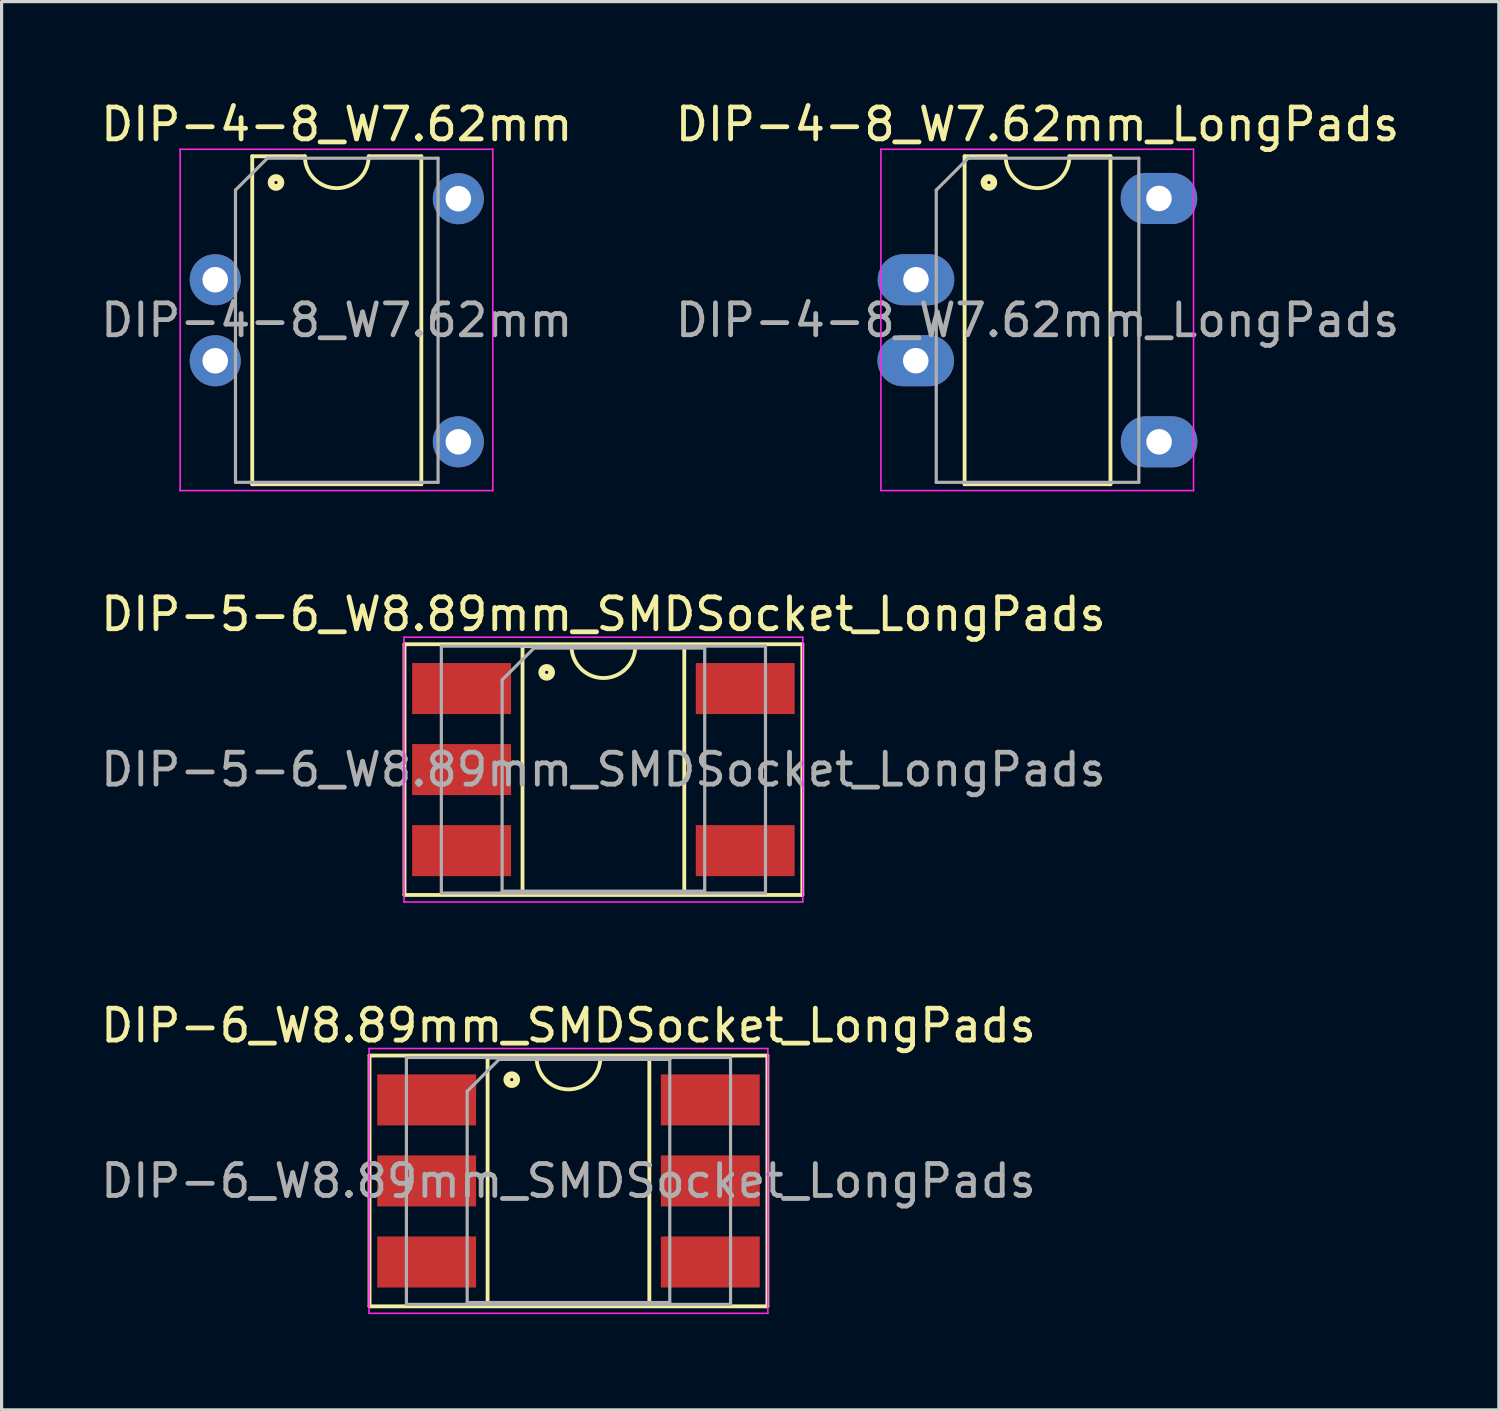
<source format=kicad_pcb>
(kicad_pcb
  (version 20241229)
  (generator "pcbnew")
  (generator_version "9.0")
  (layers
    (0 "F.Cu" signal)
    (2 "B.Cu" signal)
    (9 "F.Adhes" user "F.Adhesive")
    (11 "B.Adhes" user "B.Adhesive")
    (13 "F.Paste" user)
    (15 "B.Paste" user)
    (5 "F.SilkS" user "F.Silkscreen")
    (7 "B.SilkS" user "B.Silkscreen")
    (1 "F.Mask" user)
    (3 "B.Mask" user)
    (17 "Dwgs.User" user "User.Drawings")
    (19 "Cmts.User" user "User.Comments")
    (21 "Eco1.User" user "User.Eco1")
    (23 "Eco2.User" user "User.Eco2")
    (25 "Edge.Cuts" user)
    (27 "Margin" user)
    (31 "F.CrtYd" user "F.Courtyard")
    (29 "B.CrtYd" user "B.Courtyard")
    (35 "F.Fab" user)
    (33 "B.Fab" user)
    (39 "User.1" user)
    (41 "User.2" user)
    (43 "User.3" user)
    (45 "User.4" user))
  (footprint "DIP-4-8_W7.62mm_LongPads"
    (layer "F.Cu")
    (at 25.66 3.178)
    (property "Reference" "DIP-4-8_W7.62mm_LongPads" (at 3.81 -2.33 0) (layer "F.SilkS") (effects (font (size 1 1) (thickness 0.15))))
    (fp_line (start 1.524 -1.33) (end 1.524 8.95) (stroke (width 0.12) (type solid)) (layer "F.SilkS"))
    (fp_line (start 1.524 8.95) (end 6.096 8.95) (stroke (width 0.12) (type solid)) (layer "F.SilkS"))
    (fp_line (start 2.81 -1.33) (end 1.524 -1.33) (stroke (width 0.12) (type solid)) (layer "F.SilkS"))
    (fp_line (start 6.096 -1.33) (end 4.81 -1.33) (stroke (width 0.12) (type solid)) (layer "F.SilkS"))
    (fp_line (start 6.096 8.95) (end 6.096 -1.33) (stroke (width 0.12) (type solid)) (layer "F.SilkS"))
    (fp_arc (start 4.81 -1.33) (mid 3.81 -0.33) (end 2.81 -1.33) (stroke (width 0.12) (type solid)) (layer "F.SilkS"))
    (fp_circle (center 2.286 -0.508) (end 2.336 -0.508) (stroke (width 0.12) (type solid)) (fill no) (layer "F.SilkS"))
    (fp_circle (center 2.286 -0.508) (end 2.411 -0.508) (stroke (width 0.12) (type solid)) (fill no) (layer "F.SilkS"))
    (fp_circle (center 2.286 -0.508) (end 2.486 -0.508) (stroke (width 0.12) (type solid)) (fill no) (layer "F.SilkS"))
    (fp_line (start -1.1 -1.55) (end -1.1 9.15) (stroke (width 0.05) (type solid)) (layer "F.CrtYd"))
    (fp_line (start -1.1 9.15) (end 8.7 9.15) (stroke (width 0.05) (type solid)) (layer "F.CrtYd"))
    (fp_line (start 8.7 -1.55) (end -1.1 -1.55) (stroke (width 0.05) (type solid)) (layer "F.CrtYd"))
    (fp_line (start 8.7 9.15) (end 8.7 -1.55) (stroke (width 0.05) (type solid)) (layer "F.CrtYd"))
    (fp_line (start 0.635 -0.27) (end 1.635 -1.27) (stroke (width 0.1) (type solid)) (layer "F.Fab"))
    (fp_line (start 0.635 8.89) (end 0.635 -0.27) (stroke (width 0.1) (type solid)) (layer "F.Fab"))
    (fp_line (start 1.635 -1.27) (end 6.985 -1.27) (stroke (width 0.1) (type solid)) (layer "F.Fab"))
    (fp_line (start 6.985 -1.27) (end 6.985 8.89) (stroke (width 0.1) (type solid)) (layer "F.Fab"))
    (fp_line (start 6.985 8.89) (end 0.635 8.89) (stroke (width 0.1) (type solid)) (layer "F.Fab"))
    (fp_text user "${REFERENCE}" (at 3.81 3.81 0) (layer "F.Fab") (effects (font (size 1 1) (thickness 0.15))))
    (pad "2" thru_hole oval (at 0 2.54) (size 2.4 1.6) (drill 0.8) (layers "*.Cu" "*.Mask"))
    (pad "3" thru_hole oval (at -0.007 5.078) (size 2.4 1.6) (drill 0.8) (layers "*.Cu" "*.Mask"))
    (pad "5" thru_hole oval (at 7.62 7.62) (size 2.4 1.6) (drill 0.8) (layers "*.Cu" "*.Mask"))
    (pad "8" thru_hole oval (at 7.616 -0.007) (size 2.4 1.6) (drill 0.8) (layers "*.Cu" "*.Mask")))
  (footprint "DIP-6_W8.89mm_SMDSocket_LongPads"
    (layer "F.Cu")
    (at 14.768 33.965)
    (property "Reference" "DIP-6_W8.89mm_SMDSocket_LongPads" (at 0 -4.87 0) (layer "F.SilkS") (effects (font (size 1 1) (thickness 0.15))))
    (attr smd)
    (fp_line (start -6.235 -3.93) (end -6.235 3.93) (stroke (width 0.12) (type solid)) (layer "F.SilkS"))
    (fp_line (start -6.235 3.93) (end 6.235 3.93) (stroke (width 0.12) (type solid)) (layer "F.SilkS"))
    (fp_line (start -2.535 -3.87) (end -2.535 3.87) (stroke (width 0.12) (type solid)) (layer "F.SilkS"))
    (fp_line (start -2.535 3.87) (end 2.535 3.87) (stroke (width 0.12) (type solid)) (layer "F.SilkS"))
    (fp_line (start -1 -3.87) (end -2.535 -3.87) (stroke (width 0.12) (type solid)) (layer "F.SilkS"))
    (fp_line (start 2.535 -3.87) (end 1 -3.87) (stroke (width 0.12) (type solid)) (layer "F.SilkS"))
    (fp_line (start 2.535 3.87) (end 2.535 -3.87) (stroke (width 0.12) (type solid)) (layer "F.SilkS"))
    (fp_line (start 6.235 -3.93) (end -6.235 -3.93) (stroke (width 0.12) (type solid)) (layer "F.SilkS"))
    (fp_line (start 6.235 3.93) (end 6.235 -3.93) (stroke (width 0.12) (type solid)) (layer "F.SilkS"))
    (fp_arc (start 1 -3.87) (mid 0 -2.87) (end -1 -3.87) (stroke (width 0.12) (type solid)) (layer "F.SilkS"))
    (fp_circle (center -1.778 -3.175) (end -1.728 -3.175) (stroke (width 0.12) (type solid)) (fill no) (layer "F.SilkS"))
    (fp_circle (center -1.778 -3.175) (end -1.653 -3.175) (stroke (width 0.12) (type solid)) (fill no) (layer "F.SilkS"))
    (fp_circle (center -1.778 -3.175) (end -1.578 -3.175) (stroke (width 0.12) (type solid)) (fill no) (layer "F.SilkS"))
    (fp_line (start -6.25 -4.15) (end -6.25 4.15) (stroke (width 0.05) (type solid)) (layer "F.CrtYd"))
    (fp_line (start -6.25 4.15) (end 6.25 4.15) (stroke (width 0.05) (type solid)) (layer "F.CrtYd"))
    (fp_line (start 6.25 -4.15) (end -6.25 -4.15) (stroke (width 0.05) (type solid)) (layer "F.CrtYd"))
    (fp_line (start 6.25 4.15) (end 6.25 -4.15) (stroke (width 0.05) (type solid)) (layer "F.CrtYd"))
    (fp_line (start -5.08 -3.87) (end -5.08 3.87) (stroke (width 0.1) (type solid)) (layer "F.Fab"))
    (fp_line (start -5.08 3.87) (end 5.08 3.87) (stroke (width 0.1) (type solid)) (layer "F.Fab"))
    (fp_line (start -3.175 -2.81) (end -2.175 -3.81) (stroke (width 0.1) (type solid)) (layer "F.Fab"))
    (fp_line (start -3.175 3.81) (end -3.175 -2.81) (stroke (width 0.1) (type solid)) (layer "F.Fab"))
    (fp_line (start -2.175 -3.81) (end 3.175 -3.81) (stroke (width 0.1) (type solid)) (layer "F.Fab"))
    (fp_line (start 3.175 -3.81) (end 3.175 3.81) (stroke (width 0.1) (type solid)) (layer "F.Fab"))
    (fp_line (start 3.175 3.81) (end -3.175 3.81) (stroke (width 0.1) (type solid)) (layer "F.Fab"))
    (fp_line (start 5.08 -3.87) (end -5.08 -3.87) (stroke (width 0.1) (type solid)) (layer "F.Fab"))
    (fp_line (start 5.08 3.87) (end 5.08 -3.87) (stroke (width 0.1) (type solid)) (layer "F.Fab"))
    (fp_text user "${REFERENCE}" (at 0 0 0) (layer "F.Fab") (effects (font (size 1 1) (thickness 0.15))))
    (pad "1" smd rect (at -4.445 -2.54) (size 3.1 1.6) (layers "F.Cu" "F.Mask" "F.Paste"))
    (pad "2" smd rect (at -4.445 0) (size 3.1 1.6) (layers "F.Cu" "F.Mask" "F.Paste"))
    (pad "3" smd rect (at -4.445 2.54) (size 3.1 1.6) (layers "F.Cu" "F.Mask" "F.Paste"))
    (pad "4" smd rect (at 4.445 2.54) (size 3.1 1.6) (layers "F.Cu" "F.Mask" "F.Paste"))
    (pad "5" smd rect (at 4.445 0) (size 3.1 1.6) (layers "F.Cu" "F.Mask" "F.Paste"))
    (pad "6" smd rect (at 4.445 -2.54) (size 3.1 1.6) (layers "F.Cu" "F.Mask" "F.Paste")))
  (footprint "DIP-5-6_W8.89mm_SMDSocket_LongPads"
    (layer "F.Cu")
    (at 15.863 21.072)
    (property "Reference" "DIP-5-6_W8.89mm_SMDSocket_LongPads" (at 0 -4.87 0) (layer "F.SilkS") (effects (font (size 1 1) (thickness 0.15))))
    (attr smd)
    (fp_line (start -6.235 -3.93) (end -6.235 3.93) (stroke (width 0.12) (type solid)) (layer "F.SilkS"))
    (fp_line (start -6.235 3.93) (end 6.235 3.93) (stroke (width 0.12) (type solid)) (layer "F.SilkS"))
    (fp_line (start -2.535 -3.87) (end -2.535 3.87) (stroke (width 0.12) (type solid)) (layer "F.SilkS"))
    (fp_line (start -2.535 3.87) (end 2.535 3.87) (stroke (width 0.12) (type solid)) (layer "F.SilkS"))
    (fp_line (start -1 -3.87) (end -2.535 -3.87) (stroke (width 0.12) (type solid)) (layer "F.SilkS"))
    (fp_line (start 2.535 -3.87) (end 1 -3.87) (stroke (width 0.12) (type solid)) (layer "F.SilkS"))
    (fp_line (start 2.535 3.87) (end 2.535 -3.87) (stroke (width 0.12) (type solid)) (layer "F.SilkS"))
    (fp_line (start 6.235 -3.93) (end -6.235 -3.93) (stroke (width 0.12) (type solid)) (layer "F.SilkS"))
    (fp_line (start 6.235 3.93) (end 6.235 -3.93) (stroke (width 0.12) (type solid)) (layer "F.SilkS"))
    (fp_arc (start 1 -3.87) (mid 0 -2.87) (end -1 -3.87) (stroke (width 0.12) (type solid)) (layer "F.SilkS"))
    (fp_circle (center -1.778 -3.048) (end -1.728 -3.048) (stroke (width 0.12) (type solid)) (fill no) (layer "F.SilkS"))
    (fp_circle (center -1.778 -3.048) (end -1.653 -3.048) (stroke (width 0.12) (type solid)) (fill no) (layer "F.SilkS"))
    (fp_circle (center -1.778 -3.048) (end -1.578 -3.048) (stroke (width 0.12) (type solid)) (fill no) (layer "F.SilkS"))
    (fp_line (start -6.25 -4.15) (end -6.25 4.15) (stroke (width 0.05) (type solid)) (layer "F.CrtYd"))
    (fp_line (start -6.25 4.15) (end 6.25 4.15) (stroke (width 0.05) (type solid)) (layer "F.CrtYd"))
    (fp_line (start 6.25 -4.15) (end -6.25 -4.15) (stroke (width 0.05) (type solid)) (layer "F.CrtYd"))
    (fp_line (start 6.25 4.15) (end 6.25 -4.15) (stroke (width 0.05) (type solid)) (layer "F.CrtYd"))
    (fp_line (start -5.08 -3.87) (end -5.08 3.87) (stroke (width 0.1) (type solid)) (layer "F.Fab"))
    (fp_line (start -5.08 3.87) (end 5.08 3.87) (stroke (width 0.1) (type solid)) (layer "F.Fab"))
    (fp_line (start -3.175 -2.81) (end -2.175 -3.81) (stroke (width 0.1) (type solid)) (layer "F.Fab"))
    (fp_line (start -3.175 3.81) (end -3.175 -2.81) (stroke (width 0.1) (type solid)) (layer "F.Fab"))
    (fp_line (start -2.175 -3.81) (end 3.175 -3.81) (stroke (width 0.1) (type solid)) (layer "F.Fab"))
    (fp_line (start 3.175 -3.81) (end 3.175 3.81) (stroke (width 0.1) (type solid)) (layer "F.Fab"))
    (fp_line (start 3.175 3.81) (end -3.175 3.81) (stroke (width 0.1) (type solid)) (layer "F.Fab"))
    (fp_line (start 5.08 -3.87) (end -5.08 -3.87) (stroke (width 0.1) (type solid)) (layer "F.Fab"))
    (fp_line (start 5.08 3.87) (end 5.08 -3.87) (stroke (width 0.1) (type solid)) (layer "F.Fab"))
    (fp_text user "${REFERENCE}" (at 0 0 0) (layer "F.Fab") (effects (font (size 1 1) (thickness 0.15))))
    (pad "1" smd rect (at -4.445 -2.54) (size 3.1 1.6) (layers "F.Cu" "F.Mask" "F.Paste"))
    (pad "2" smd rect (at -4.445 0) (size 3.1 1.6) (layers "F.Cu" "F.Mask" "F.Paste"))
    (pad "3" smd rect (at -4.445 2.54) (size 3.1 1.6) (layers "F.Cu" "F.Mask" "F.Paste"))
    (pad "4" smd rect (at 4.445 2.54) (size 3.1 1.6) (layers "F.Cu" "F.Mask" "F.Paste"))
    (pad "6" smd rect (at 4.445 -2.54) (size 3.1 1.6) (layers "F.Cu" "F.Mask" "F.Paste")))
  (footprint "DIP-4-8_W7.62mm"
    (layer "F.Cu")
    (at 3.696 3.178)
    (property "Reference" "DIP-4-8_W7.62mm" (at 3.81 -2.33 0) (layer "F.SilkS") (effects (font (size 1 1) (thickness 0.15))))
    (fp_line (start 1.16 -1.33) (end 1.16 8.95) (stroke (width 0.12) (type solid)) (layer "F.SilkS"))
    (fp_line (start 1.16 8.95) (end 6.46 8.95) (stroke (width 0.12) (type solid)) (layer "F.SilkS"))
    (fp_line (start 2.81 -1.33) (end 1.16 -1.33) (stroke (width 0.12) (type solid)) (layer "F.SilkS"))
    (fp_line (start 6.46 -1.33) (end 4.81 -1.33) (stroke (width 0.12) (type solid)) (layer "F.SilkS"))
    (fp_line (start 6.46 8.95) (end 6.46 -1.33) (stroke (width 0.12) (type solid)) (layer "F.SilkS"))
    (fp_arc (start 4.81 -1.33) (mid 3.81 -0.33) (end 2.81 -1.33) (stroke (width 0.12) (type solid)) (layer "F.SilkS"))
    (fp_circle (center 1.905 -0.508) (end 1.955 -0.508) (stroke (width 0.12) (type solid)) (fill no) (layer "F.SilkS"))
    (fp_circle (center 1.905 -0.508) (end 2.03 -0.508) (stroke (width 0.12) (type solid)) (fill no) (layer "F.SilkS"))
    (fp_circle (center 1.905 -0.508) (end 2.105 -0.508) (stroke (width 0.12) (type solid)) (fill no) (layer "F.SilkS"))
    (fp_line (start -1.1 -1.55) (end -1.1 9.15) (stroke (width 0.05) (type solid)) (layer "F.CrtYd"))
    (fp_line (start -1.1 9.15) (end 8.7 9.15) (stroke (width 0.05) (type solid)) (layer "F.CrtYd"))
    (fp_line (start 8.7 -1.55) (end -1.1 -1.55) (stroke (width 0.05) (type solid)) (layer "F.CrtYd"))
    (fp_line (start 8.7 9.15) (end 8.7 -1.55) (stroke (width 0.05) (type solid)) (layer "F.CrtYd"))
    (fp_line (start 0.635 -0.27) (end 1.635 -1.27) (stroke (width 0.1) (type solid)) (layer "F.Fab"))
    (fp_line (start 0.635 8.89) (end 0.635 -0.27) (stroke (width 0.1) (type solid)) (layer "F.Fab"))
    (fp_line (start 1.635 -1.27) (end 6.985 -1.27) (stroke (width 0.1) (type solid)) (layer "F.Fab"))
    (fp_line (start 6.985 -1.27) (end 6.985 8.89) (stroke (width 0.1) (type solid)) (layer "F.Fab"))
    (fp_line (start 6.985 8.89) (end 0.635 8.89) (stroke (width 0.1) (type solid)) (layer "F.Fab"))
    (fp_text user "${REFERENCE}" (at 3.81 3.81 0) (layer "F.Fab") (effects (font (size 1 1) (thickness 0.15))))
    (pad "2" thru_hole oval (at 0 2.54) (size 1.6 1.6) (drill 0.8) (layers "*.Cu" "*.Mask"))
    (pad "3" thru_hole oval (at 0 5.08) (size 1.6 1.6) (drill 0.8) (layers "*.Cu" "*.Mask"))
    (pad "5" thru_hole oval (at 7.62 7.62) (size 1.6 1.6) (drill 0.8) (layers "*.Cu" "*.Mask"))
    (pad "8" thru_hole oval (at 7.62 0) (size 1.6 1.6) (drill 0.8) (layers "*.Cu" "*.Mask")))
  (gr_rect
    (start -3 -3)
    (end 43.929 41.14)
    (stroke (width 0.1) (type default))
    (fill no)
    (layer "Edge.Cuts")))
</source>
